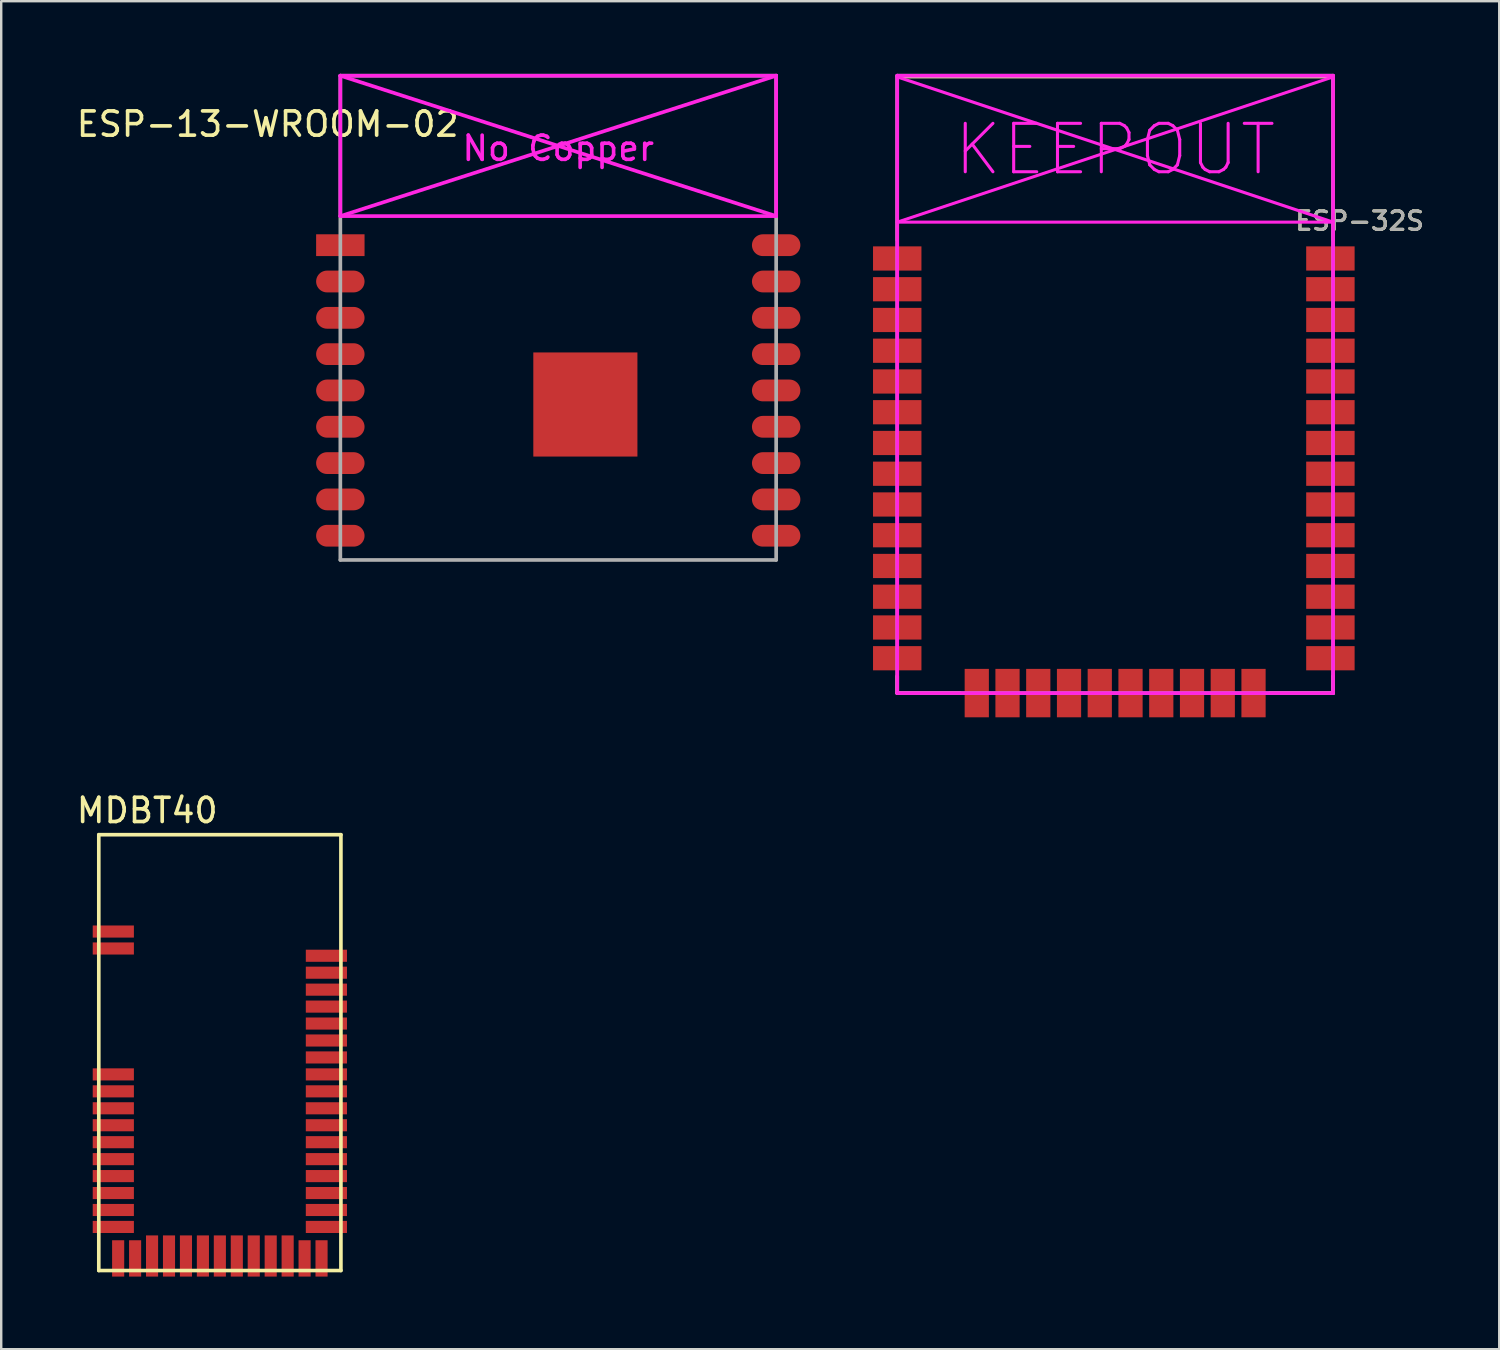
<source format=kicad_pcb>
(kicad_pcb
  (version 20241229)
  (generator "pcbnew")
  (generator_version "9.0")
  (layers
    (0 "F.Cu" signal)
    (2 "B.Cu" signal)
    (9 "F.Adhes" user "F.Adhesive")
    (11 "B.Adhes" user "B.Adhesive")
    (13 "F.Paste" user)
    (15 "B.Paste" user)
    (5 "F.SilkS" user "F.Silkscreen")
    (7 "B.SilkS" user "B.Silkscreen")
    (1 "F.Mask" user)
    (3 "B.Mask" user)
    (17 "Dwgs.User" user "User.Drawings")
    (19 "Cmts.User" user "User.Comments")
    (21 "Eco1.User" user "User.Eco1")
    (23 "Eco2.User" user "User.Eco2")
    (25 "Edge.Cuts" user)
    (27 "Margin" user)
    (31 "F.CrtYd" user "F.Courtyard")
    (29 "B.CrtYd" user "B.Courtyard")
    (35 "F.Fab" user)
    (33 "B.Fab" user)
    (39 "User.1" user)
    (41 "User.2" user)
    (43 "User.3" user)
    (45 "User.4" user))
  (footprint "ESP-13-WROOM-02"
    (layer "F.Cu")
    (at 11.006 7.076)
    (property "Reference" "ESP-13-WROOM-02" (at -3 -5 0) (layer "F.SilkS") (effects (font (size 1 1) (thickness 0.15))))
    (attr smd)
    (fp_line (start 0 -7) (end 0 -1.2) (stroke (width 0.152) (type solid)) (layer "F.CrtYd"))
    (fp_line (start 0 -7) (end 18 -1.2) (stroke (width 0.152) (type solid)) (layer "F.CrtYd"))
    (fp_line (start 0 -1.2) (end 18 -1.2) (stroke (width 0.152) (type solid)) (layer "F.CrtYd"))
    (fp_line (start 18 -7) (end 0 -7) (stroke (width 0.152) (type solid)) (layer "F.CrtYd"))
    (fp_line (start 18 -7) (end 0 -1.2) (stroke (width 0.152) (type solid)) (layer "F.CrtYd"))
    (fp_line (start 18 -1.2) (end 18 -7) (stroke (width 0.152) (type solid)) (layer "F.CrtYd"))
    (fp_line (start 0 -7) (end 18 -7) (stroke (width 0.152) (type solid)) (layer "F.Fab"))
    (fp_line (start 0 13) (end 0 -7) (stroke (width 0.152) (type solid)) (layer "F.Fab"))
    (fp_line (start 0 13) (end 18 13) (stroke (width 0.152) (type solid)) (layer "F.Fab"))
    (fp_line (start 18 -7) (end 18 13) (stroke (width 0.152) (type solid)) (layer "F.Fab"))
    (fp_text user "No Copper" (at 9 -4 0) (layer "F.CrtYd") (effects (font (size 1 1) (thickness 0.15))))
    (pad "1" smd rect (at 0 0) (size 2 0.9) (layers "F.Cu" "F.Mask" "F.Paste"))
    (pad "2" smd oval (at 0 1.5) (size 2 0.9) (layers "F.Cu" "F.Mask" "F.Paste"))
    (pad "3" smd oval (at 0 3) (size 2 0.9) (layers "F.Cu" "F.Mask" "F.Paste"))
    (pad "4" smd oval (at 0 4.5) (size 2 0.9) (layers "F.Cu" "F.Mask" "F.Paste"))
    (pad "5" smd oval (at 0 6) (size 2 0.9) (layers "F.Cu" "F.Mask" "F.Paste"))
    (pad "6" smd oval (at 0 7.5) (size 2 0.9) (layers "F.Cu" "F.Mask" "F.Paste"))
    (pad "7" smd oval (at 0 9) (size 2 0.9) (layers "F.Cu" "F.Mask" "F.Paste"))
    (pad "8" smd oval (at 0 10.5) (size 2 0.9) (layers "F.Cu" "F.Mask" "F.Paste"))
    (pad "9" smd oval (at 0 12) (size 2 0.9) (layers "F.Cu" "F.Mask" "F.Paste"))
    (pad "10" smd oval (at 18 12) (size 2 0.9) (layers "F.Cu" "F.Mask" "F.Paste"))
    (pad "11" smd oval (at 18 10.5) (size 2 0.9) (layers "F.Cu" "F.Mask" "F.Paste"))
    (pad "12" smd oval (at 18 9) (size 2 0.9) (layers "F.Cu" "F.Mask" "F.Paste"))
    (pad "13" smd oval (at 18 7.5) (size 2 0.9) (layers "F.Cu" "F.Mask" "F.Paste"))
    (pad "14" smd oval (at 18 6) (size 2 0.9) (layers "F.Cu" "F.Mask" "F.Paste"))
    (pad "15" smd oval (at 18 4.5) (size 2 0.9) (layers "F.Cu" "F.Mask" "F.Paste"))
    (pad "16" smd oval (at 18 3) (size 2 0.9) (layers "F.Cu" "F.Mask" "F.Paste"))
    (pad "17" smd oval (at 18 1.5) (size 2 0.9) (layers "F.Cu" "F.Mask" "F.Paste"))
    (pad "18" smd oval (at 18 0) (size 2 0.9) (layers "F.Cu" "F.Mask" "F.Paste"))
    (pad "PAD" smd rect (at 10.12 6.58) (size 4.3 4.3) (layers "F.Cu" "F.Mask" "F.Paste")))
  (footprint "MDBT40"
    (layer "F.Cu")
    (at 6.03 40.423)
    (property "Reference" "MDBT40" (at -3 -10 0) (layer "F.SilkS") (effects (font (size 1 1) (thickness 0.15))))
    (attr through_hole)
    (fp_line (start -5 -9) (end -5 9) (stroke (width 0.15) (type solid)) (layer "F.SilkS"))
    (fp_line (start -5 9) (end 5 9) (stroke (width 0.15) (type solid)) (layer "F.SilkS"))
    (fp_line (start 5 -9) (end -5 -9) (stroke (width 0.15) (type solid)) (layer "F.SilkS"))
    (fp_line (start 5 9) (end 5 -9) (stroke (width 0.15) (type solid)) (layer "F.SilkS"))
    (pad "1" smd rect (at -5 -5) (size 1.7 0.5) (drill (offset 0.6 0)) (layers "F.Cu" "F.Mask" "F.Paste"))
    (pad "2" smd rect (at -5 -4.3) (size 1.7 0.5) (drill (offset 0.6 0)) (layers "F.Cu" "F.Mask" "F.Paste"))
    (pad "3" smd rect (at -5 0.9) (size 1.7 0.5) (drill (offset 0.6 0)) (layers "F.Cu" "F.Mask" "F.Paste"))
    (pad "4" smd rect (at -5 1.6) (size 1.7 0.5) (drill (offset 0.6 0)) (layers "F.Cu" "F.Mask" "F.Paste"))
    (pad "5" smd rect (at -5 2.3) (size 1.7 0.5) (drill (offset 0.6 0)) (layers "F.Cu" "F.Mask" "F.Paste"))
    (pad "6" smd rect (at -5 3) (size 1.7 0.5) (drill (offset 0.6 0)) (layers "F.Cu" "F.Mask" "F.Paste"))
    (pad "7" smd rect (at -5 3.7) (size 1.7 0.5) (drill (offset 0.6 0)) (layers "F.Cu" "F.Mask" "F.Paste"))
    (pad "8" smd rect (at -5 4.4) (size 1.7 0.5) (drill (offset 0.6 0)) (layers "F.Cu" "F.Mask" "F.Paste"))
    (pad "9" smd rect (at -5 5.1) (size 1.7 0.5) (drill (offset 0.6 0)) (layers "F.Cu" "F.Mask" "F.Paste"))
    (pad "10" smd rect (at -5 5.8) (size 1.7 0.5) (drill (offset 0.6 0)) (layers "F.Cu" "F.Mask" "F.Paste"))
    (pad "11" smd rect (at -5 6.5) (size 1.7 0.5) (drill (offset 0.6 0)) (layers "F.Cu" "F.Mask" "F.Paste"))
    (pad "12" smd rect (at -5 7.2) (size 1.7 0.5) (drill (offset 0.6 0)) (layers "F.Cu" "F.Mask" "F.Paste"))
    (pad "13" smd rect (at -4.2 9 90) (size 1.5 0.5) (drill (offset 0.5 0)) (layers "F.Cu" "F.Mask" "F.Paste"))
    (pad "14" smd rect (at -3.5 9 90) (size 1.5 0.5) (drill (offset 0.5 0)) (layers "F.Cu" "F.Mask" "F.Paste"))
    (pad "15" smd rect (at -2.8 9 90) (size 1.7 0.5) (drill (offset 0.6 0)) (layers "F.Cu" "F.Mask" "F.Paste"))
    (pad "16" smd rect (at -2.1 9 90) (size 1.7 0.5) (drill (offset 0.6 0)) (layers "F.Cu" "F.Mask" "F.Paste"))
    (pad "17" smd rect (at -1.4 9 90) (size 1.7 0.5) (drill (offset 0.6 0)) (layers "F.Cu" "F.Mask" "F.Paste"))
    (pad "18" smd rect (at -0.7 9 90) (size 1.7 0.5) (drill (offset 0.6 0)) (layers "F.Cu" "F.Mask" "F.Paste"))
    (pad "19" smd rect (at 0 9 90) (size 1.7 0.5) (drill (offset 0.6 0)) (layers "F.Cu" "F.Mask" "F.Paste"))
    (pad "20" smd rect (at 0.7 9 90) (size 1.7 0.5) (drill (offset 0.6 0)) (layers "F.Cu" "F.Mask" "F.Paste"))
    (pad "21" smd rect (at 1.4 9 90) (size 1.7 0.5) (drill (offset 0.6 0)) (layers "F.Cu" "F.Mask" "F.Paste"))
    (pad "22" smd rect (at 2.1 9 90) (size 1.7 0.5) (drill (offset 0.6 0)) (layers "F.Cu" "F.Mask" "F.Paste"))
    (pad "23" smd rect (at 2.8 9 90) (size 1.7 0.5) (drill (offset 0.6 0)) (layers "F.Cu" "F.Mask" "F.Paste"))
    (pad "24" smd rect (at 3.5 9 90) (size 1.5 0.5) (drill (offset 0.5 0)) (layers "F.Cu" "F.Mask" "F.Paste"))
    (pad "25" smd rect (at 4.2 9 90) (size 1.5 0.5) (drill (offset 0.5 0)) (layers "F.Cu" "F.Mask" "F.Paste"))
    (pad "26" smd rect (at 5 7.2 180) (size 1.7 0.5) (drill (offset 0.6 0)) (layers "F.Cu" "F.Mask" "F.Paste"))
    (pad "27" smd rect (at 5 6.5 180) (size 1.7 0.5) (drill (offset 0.6 0)) (layers "F.Cu" "F.Mask" "F.Paste"))
    (pad "28" smd rect (at 5 5.8 180) (size 1.7 0.5) (drill (offset 0.6 0)) (layers "F.Cu" "F.Mask" "F.Paste"))
    (pad "29" smd rect (at 5 5.1 180) (size 1.7 0.5) (drill (offset 0.6 0)) (layers "F.Cu" "F.Mask" "F.Paste"))
    (pad "30" smd rect (at 5 4.4 180) (size 1.7 0.5) (drill (offset 0.6 0)) (layers "F.Cu" "F.Mask" "F.Paste"))
    (pad "31" smd rect (at 5 3.7 180) (size 1.7 0.5) (drill (offset 0.6 0)) (layers "F.Cu" "F.Mask" "F.Paste"))
    (pad "32" smd rect (at 5 3 180) (size 1.7 0.5) (drill (offset 0.6 0)) (layers "F.Cu" "F.Mask" "F.Paste"))
    (pad "33" smd rect (at 5 2.3 180) (size 1.7 0.5) (drill (offset 0.6 0)) (layers "F.Cu" "F.Mask" "F.Paste"))
    (pad "34" smd rect (at 5 1.6 180) (size 1.7 0.5) (drill (offset 0.6 0)) (layers "F.Cu" "F.Mask" "F.Paste"))
    (pad "35" smd rect (at 5 0.9 180) (size 1.7 0.5) (drill (offset 0.6 0)) (layers "F.Cu" "F.Mask" "F.Paste"))
    (pad "36" smd rect (at 5 0.2 180) (size 1.7 0.5) (drill (offset 0.6 0)) (layers "F.Cu" "F.Mask" "F.Paste"))
    (pad "37" smd rect (at 5 -0.5 180) (size 1.7 0.5) (drill (offset 0.6 0)) (layers "F.Cu" "F.Mask" "F.Paste"))
    (pad "38" smd rect (at 5 -1.2 180) (size 1.7 0.5) (drill (offset 0.6 0)) (layers "F.Cu" "F.Mask" "F.Paste"))
    (pad "39" smd rect (at 5 -1.9 180) (size 1.7 0.5) (drill (offset 0.6 0)) (layers "F.Cu" "F.Mask" "F.Paste"))
    (pad "40" smd rect (at 5 -2.6 180) (size 1.7 0.5) (drill (offset 0.6 0)) (layers "F.Cu" "F.Mask" "F.Paste"))
    (pad "41" smd rect (at 5 -3.3 180) (size 1.7 0.5) (drill (offset 0.6 0)) (layers "F.Cu" "F.Mask" "F.Paste"))
    (pad "42" smd rect (at 5 -4 180) (size 1.7 0.5) (drill (offset 0.6 0)) (layers "F.Cu" "F.Mask" "F.Paste")))
  (footprint "ESP-32S"
    (layer "F.Cu")
    (at 43.006 12.875)
    (property "Reference" "ESP-32S" (at 10.1 -6.8 0) (layer "F.SilkS") (effects (font (size 0.762 0.762) (thickness 0.127))))
    (attr through_hole)
    (fp_line (start -9 -12.75) (end -9 -6) (stroke (width 0.127) (type solid)) (layer "F.SilkS"))
    (fp_line (start -9 -12.75) (end 9 -12.75) (stroke (width 0.127) (type solid)) (layer "F.SilkS"))
    (fp_line (start -9 12) (end -9 12.7) (stroke (width 0.15) (type solid)) (layer "F.SilkS"))
    (fp_line (start -9 12.7) (end -6.4 12.7) (stroke (width 0.15) (type solid)) (layer "F.SilkS"))
    (fp_line (start 9 -12.75) (end 9 -6) (stroke (width 0.127) (type solid)) (layer "F.SilkS"))
    (fp_line (start 9 12) (end 9 12.7) (stroke (width 0.15) (type solid)) (layer "F.SilkS"))
    (fp_line (start 9 12.7) (end 6.4 12.7) (stroke (width 0.15) (type solid)) (layer "F.SilkS"))
    (fp_line (start -9 -12.8) (end 9 -12.8) (stroke (width 0.15) (type solid)) (layer "F.CrtYd"))
    (fp_line (start -9 -12.75) (end 9 -6.75) (stroke (width 0.127) (type solid)) (layer "F.CrtYd"))
    (fp_line (start -9 -6.75) (end 9 -6.75) (stroke (width 0.127) (type solid)) (layer "F.CrtYd"))
    (fp_line (start -9 12.7) (end -9 -12.8) (stroke (width 0.15) (type solid)) (layer "F.CrtYd"))
    (fp_line (start 9 -12.8) (end 9 12.7) (stroke (width 0.15) (type solid)) (layer "F.CrtYd"))
    (fp_line (start 9 -12.75) (end -9 -6.75) (stroke (width 0.127) (type solid)) (layer "F.CrtYd"))
    (fp_line (start 9 12.7) (end -9 12.7) (stroke (width 0.15) (type solid)) (layer "F.CrtYd"))
    (fp_line (start -9 -12.8) (end 9 -12.8) (stroke (width 0.15) (type solid)) (layer "F.Fab"))
    (fp_line (start -9 12.7) (end -9 -12.8) (stroke (width 0.15) (type solid)) (layer "F.Fab"))
    (fp_line (start 9 -12.8) (end 9 12.7) (stroke (width 0.15) (type solid)) (layer "F.Fab"))
    (fp_line (start 9 12.7) (end -9 12.7) (stroke (width 0.15) (type solid)) (layer "F.Fab"))
    (fp_text user "KEEPOUT" (at 0 -9.75 0) (layer "F.CrtYd") (effects (font (size 2 2) (thickness 0.127))))
    (fp_text user "${REFERENCE}" (at 10.1 -6.8 0) (layer "F.Fab") (effects (font (size 0.762 0.762) (thickness 0.127))))
    (pad "1" smd rect (at -9 -5.25) (size 2 1) (layers "F.Cu" "F.Mask" "F.Paste"))
    (pad "2" smd rect (at -9 -3.98) (size 2 1) (layers "F.Cu" "F.Mask" "F.Paste"))
    (pad "3" smd rect (at -9 -2.71) (size 2 1) (layers "F.Cu" "F.Mask" "F.Paste"))
    (pad "4" smd rect (at -9 -1.44) (size 2 1) (layers "F.Cu" "F.Mask" "F.Paste"))
    (pad "5" smd rect (at -9 -0.17) (size 2 1) (layers "F.Cu" "F.Mask" "F.Paste"))
    (pad "6" smd rect (at -9 1.1) (size 2 1) (layers "F.Cu" "F.Mask" "F.Paste"))
    (pad "7" smd rect (at -9 2.37) (size 2 1) (layers "F.Cu" "F.Mask" "F.Paste"))
    (pad "8" smd rect (at -9 3.64) (size 2 1) (layers "F.Cu" "F.Mask" "F.Paste"))
    (pad "9" smd rect (at -9 4.91) (size 2 1) (layers "F.Cu" "F.Mask" "F.Paste"))
    (pad "10" smd rect (at -9 6.18) (size 2 1) (layers "F.Cu" "F.Mask" "F.Paste"))
    (pad "11" smd rect (at -9 7.45) (size 2 1) (layers "F.Cu" "F.Mask" "F.Paste"))
    (pad "12" smd rect (at -9 8.72) (size 2 1) (layers "F.Cu" "F.Mask" "F.Paste"))
    (pad "13" smd rect (at -9 9.99) (size 2 1) (layers "F.Cu" "F.Mask" "F.Paste"))
    (pad "14" smd rect (at -9 11.26) (size 2 1) (layers "F.Cu" "F.Mask" "F.Paste"))
    (pad "15" smd rect (at -5.715 12.7) (size 1 2) (layers "F.Cu" "F.Mask" "F.Paste"))
    (pad "16" smd rect (at -4.445 12.7) (size 1 2) (layers "F.Cu" "F.Mask" "F.Paste"))
    (pad "17" smd rect (at -3.175 12.7) (size 1 2) (layers "F.Cu" "F.Mask" "F.Paste"))
    (pad "18" smd rect (at -1.905 12.7) (size 1 2) (layers "F.Cu" "F.Mask" "F.Paste"))
    (pad "19" smd rect (at -0.635 12.7) (size 1 2) (layers "F.Cu" "F.Mask" "F.Paste"))
    (pad "20" smd rect (at 0.635 12.7) (size 1 2) (layers "F.Cu" "F.Mask" "F.Paste"))
    (pad "21" smd rect (at 1.905 12.7) (size 1 2) (layers "F.Cu" "F.Mask" "F.Paste"))
    (pad "22" smd rect (at 3.175 12.7) (size 1 2) (layers "F.Cu" "F.Mask" "F.Paste"))
    (pad "23" smd rect (at 4.445 12.7) (size 1 2) (layers "F.Cu" "F.Mask" "F.Paste"))
    (pad "24" smd rect (at 5.715 12.7) (size 1 2) (layers "F.Cu" "F.Mask" "F.Paste"))
    (pad "25" smd rect (at 8.89 11.26) (size 2 1) (layers "F.Cu" "F.Mask" "F.Paste"))
    (pad "26" smd rect (at 8.89 9.99) (size 2 1) (layers "F.Cu" "F.Mask" "F.Paste"))
    (pad "27" smd rect (at 8.89 8.72) (size 2 1) (layers "F.Cu" "F.Mask" "F.Paste"))
    (pad "28" smd rect (at 8.89 7.45) (size 2 1) (layers "F.Cu" "F.Mask" "F.Paste"))
    (pad "29" smd rect (at 8.89 6.18) (size 2 1) (layers "F.Cu" "F.Mask" "F.Paste"))
    (pad "30" smd rect (at 8.89 4.91) (size 2 1) (layers "F.Cu" "F.Mask" "F.Paste"))
    (pad "31" smd rect (at 8.89 3.64) (size 2 1) (layers "F.Cu" "F.Mask" "F.Paste"))
    (pad "32" smd rect (at 8.89 2.37) (size 2 1) (layers "F.Cu" "F.Mask" "F.Paste"))
    (pad "33" smd rect (at 8.89 1.1) (size 2 1) (layers "F.Cu" "F.Mask" "F.Paste"))
    (pad "34" smd rect (at 8.89 -0.17) (size 2 1) (layers "F.Cu" "F.Mask" "F.Paste"))
    (pad "35" smd rect (at 8.89 -1.44) (size 2 1) (layers "F.Cu" "F.Mask" "F.Paste"))
    (pad "36" smd rect (at 8.89 -2.71) (size 2 1) (layers "F.Cu" "F.Mask" "F.Paste"))
    (pad "37" smd rect (at 8.89 -3.98) (size 2 1) (layers "F.Cu" "F.Mask" "F.Paste"))
    (pad "38" smd rect (at 8.89 -5.25) (size 2 1) (layers "F.Cu" "F.Mask" "F.Paste")))
  (gr_rect
    (start -3 -3)
    (end 58.869 52.673)
    (stroke (width 0.1) (type default))
    (fill no)
    (layer "Edge.Cuts")))
</source>
